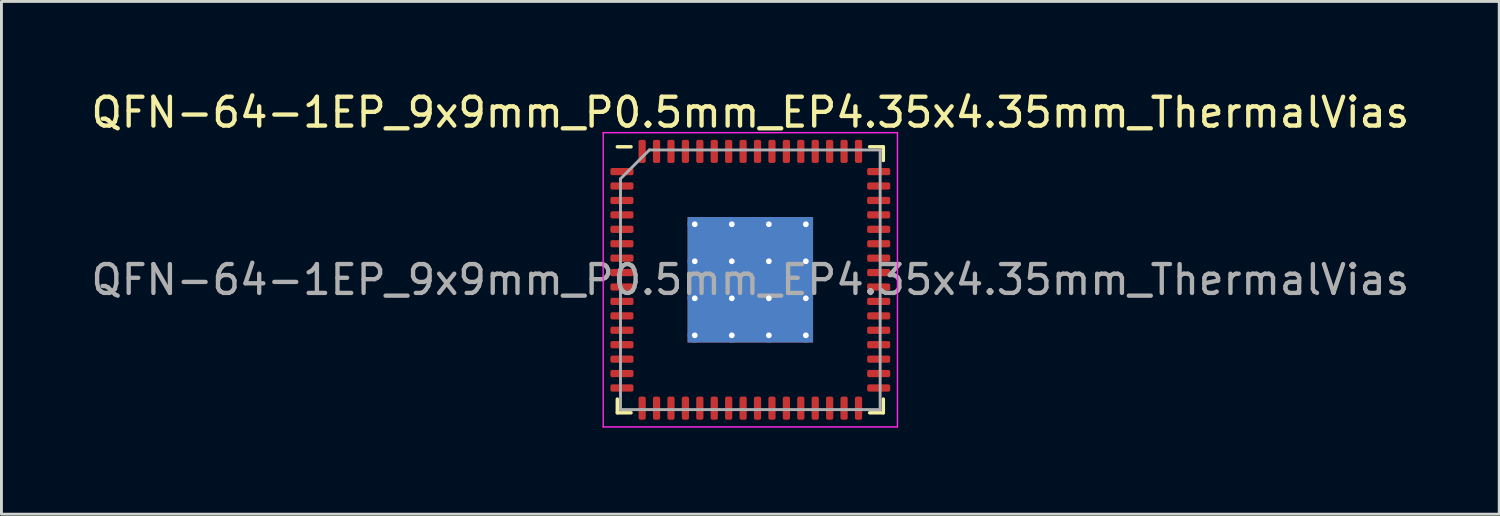
<source format=kicad_pcb>
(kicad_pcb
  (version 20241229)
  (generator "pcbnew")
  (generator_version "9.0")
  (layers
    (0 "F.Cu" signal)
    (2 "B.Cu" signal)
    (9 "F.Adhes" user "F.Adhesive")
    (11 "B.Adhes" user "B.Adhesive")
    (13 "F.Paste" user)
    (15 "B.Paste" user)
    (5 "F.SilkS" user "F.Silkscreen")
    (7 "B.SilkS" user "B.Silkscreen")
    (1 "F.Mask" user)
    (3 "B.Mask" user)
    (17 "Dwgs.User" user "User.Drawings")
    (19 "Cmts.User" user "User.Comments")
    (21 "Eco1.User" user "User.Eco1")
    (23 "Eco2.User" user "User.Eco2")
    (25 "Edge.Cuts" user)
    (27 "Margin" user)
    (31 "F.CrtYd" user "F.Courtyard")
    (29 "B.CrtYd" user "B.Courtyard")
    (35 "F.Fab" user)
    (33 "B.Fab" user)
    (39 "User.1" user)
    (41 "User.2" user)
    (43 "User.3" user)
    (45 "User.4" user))
  (footprint "QFN-64-1EP_9x9mm_P0.5mm_EP4.35x4.35mm_ThermalVias"
    (layer "F.Cu")
    (at 22.958 6.648)
    (property "Reference" "QFN-64-1EP_9x9mm_P0.5mm_EP4.35x4.35mm_ThermalVias" (at 0 -5.8 0) (layer "F.SilkS") (effects (font (size 1 1) (thickness 0.15))))
    (attr smd)
    (fp_line (start -4.61 4.61) (end -4.61 4.135) (stroke (width 0.12) (type solid)) (layer "F.SilkS"))
    (fp_line (start -4.135 -4.61) (end -4.61 -4.61) (stroke (width 0.12) (type solid)) (layer "F.SilkS"))
    (fp_line (start -4.135 4.61) (end -4.61 4.61) (stroke (width 0.12) (type solid)) (layer "F.SilkS"))
    (fp_line (start 4.135 -4.61) (end 4.61 -4.61) (stroke (width 0.12) (type solid)) (layer "F.SilkS"))
    (fp_line (start 4.135 4.61) (end 4.61 4.61) (stroke (width 0.12) (type solid)) (layer "F.SilkS"))
    (fp_line (start 4.61 -4.61) (end 4.61 -4.135) (stroke (width 0.12) (type solid)) (layer "F.SilkS"))
    (fp_line (start 4.61 4.61) (end 4.61 4.135) (stroke (width 0.12) (type solid)) (layer "F.SilkS"))
    (fp_line (start -5.1 -5.1) (end -5.1 5.1) (stroke (width 0.05) (type solid)) (layer "F.CrtYd"))
    (fp_line (start -5.1 5.1) (end 5.1 5.1) (stroke (width 0.05) (type solid)) (layer "F.CrtYd"))
    (fp_line (start 5.1 -5.1) (end -5.1 -5.1) (stroke (width 0.05) (type solid)) (layer "F.CrtYd"))
    (fp_line (start 5.1 5.1) (end 5.1 -5.1) (stroke (width 0.05) (type solid)) (layer "F.CrtYd"))
    (fp_line (start -4.5 -3.5) (end -3.5 -4.5) (stroke (width 0.1) (type solid)) (layer "F.Fab"))
    (fp_line (start -4.5 4.5) (end -4.5 -3.5) (stroke (width 0.1) (type solid)) (layer "F.Fab"))
    (fp_line (start -3.5 -4.5) (end 4.5 -4.5) (stroke (width 0.1) (type solid)) (layer "F.Fab"))
    (fp_line (start 4.5 -4.5) (end 4.5 4.5) (stroke (width 0.1) (type solid)) (layer "F.Fab"))
    (fp_line (start 4.5 4.5) (end -4.5 4.5) (stroke (width 0.1) (type solid)) (layer "F.Fab"))
    (fp_text user "${REFERENCE}" (at 0 0 0) (layer "F.Fab") (effects (font (size 1 1) (thickness 0.15))))
    (pad "" smd roundrect (at -1.283 -1.283) (size 1.123 1.123) (layers "F.Paste") (roundrect_rratio 0.223))
    (pad "" smd roundrect (at -1.283 0) (size 1.123 1.123) (layers "F.Paste") (roundrect_rratio 0.223))
    (pad "" smd roundrect (at -1.283 1.283) (size 1.123 1.123) (layers "F.Paste") (roundrect_rratio 0.223))
    (pad "" smd roundrect (at 0 -1.283) (size 1.123 1.123) (layers "F.Paste") (roundrect_rratio 0.223))
    (pad "" smd roundrect (at 0 0) (size 1.123 1.123) (layers "F.Paste") (roundrect_rratio 0.223))
    (pad "" smd roundrect (at 0 1.283) (size 1.123 1.123) (layers "F.Paste") (roundrect_rratio 0.223))
    (pad "" smd roundrect (at 1.283 -1.283) (size 1.123 1.123) (layers "F.Paste") (roundrect_rratio 0.223))
    (pad "" smd roundrect (at 1.283 0) (size 1.123 1.123) (layers "F.Paste") (roundrect_rratio 0.223))
    (pad "" smd roundrect (at 1.283 1.283) (size 1.123 1.123) (layers "F.Paste") (roundrect_rratio 0.223))
    (pad "1" smd roundrect (at -4.45 -3.75) (size 0.8 0.25) (layers "F.Cu" "F.Mask" "F.Paste") (roundrect_rratio 0.25))
    (pad "2" smd roundrect (at -4.45 -3.25) (size 0.8 0.25) (layers "F.Cu" "F.Mask" "F.Paste") (roundrect_rratio 0.25))
    (pad "3" smd roundrect (at -4.45 -2.75) (size 0.8 0.25) (layers "F.Cu" "F.Mask" "F.Paste") (roundrect_rratio 0.25))
    (pad "4" smd roundrect (at -4.45 -2.25) (size 0.8 0.25) (layers "F.Cu" "F.Mask" "F.Paste") (roundrect_rratio 0.25))
    (pad "5" smd roundrect (at -4.45 -1.75) (size 0.8 0.25) (layers "F.Cu" "F.Mask" "F.Paste") (roundrect_rratio 0.25))
    (pad "6" smd roundrect (at -4.45 -1.25) (size 0.8 0.25) (layers "F.Cu" "F.Mask" "F.Paste") (roundrect_rratio 0.25))
    (pad "7" smd roundrect (at -4.45 -0.75) (size 0.8 0.25) (layers "F.Cu" "F.Mask" "F.Paste") (roundrect_rratio 0.25))
    (pad "8" smd roundrect (at -4.45 -0.25) (size 0.8 0.25) (layers "F.Cu" "F.Mask" "F.Paste") (roundrect_rratio 0.25))
    (pad "9" smd roundrect (at -4.45 0.25) (size 0.8 0.25) (layers "F.Cu" "F.Mask" "F.Paste") (roundrect_rratio 0.25))
    (pad "10" smd roundrect (at -4.45 0.75) (size 0.8 0.25) (layers "F.Cu" "F.Mask" "F.Paste") (roundrect_rratio 0.25))
    (pad "11" smd roundrect (at -4.45 1.25) (size 0.8 0.25) (layers "F.Cu" "F.Mask" "F.Paste") (roundrect_rratio 0.25))
    (pad "12" smd roundrect (at -4.45 1.75) (size 0.8 0.25) (layers "F.Cu" "F.Mask" "F.Paste") (roundrect_rratio 0.25))
    (pad "13" smd roundrect (at -4.45 2.25) (size 0.8 0.25) (layers "F.Cu" "F.Mask" "F.Paste") (roundrect_rratio 0.25))
    (pad "14" smd roundrect (at -4.45 2.75) (size 0.8 0.25) (layers "F.Cu" "F.Mask" "F.Paste") (roundrect_rratio 0.25))
    (pad "15" smd roundrect (at -4.45 3.25) (size 0.8 0.25) (layers "F.Cu" "F.Mask" "F.Paste") (roundrect_rratio 0.25))
    (pad "16" smd roundrect (at -4.45 3.75) (size 0.8 0.25) (layers "F.Cu" "F.Mask" "F.Paste") (roundrect_rratio 0.25))
    (pad "17" smd roundrect (at -3.75 4.45) (size 0.25 0.8) (layers "F.Cu" "F.Mask" "F.Paste") (roundrect_rratio 0.25))
    (pad "18" smd roundrect (at -3.25 4.45) (size 0.25 0.8) (layers "F.Cu" "F.Mask" "F.Paste") (roundrect_rratio 0.25))
    (pad "19" smd roundrect (at -2.75 4.45) (size 0.25 0.8) (layers "F.Cu" "F.Mask" "F.Paste") (roundrect_rratio 0.25))
    (pad "20" smd roundrect (at -2.25 4.45) (size 0.25 0.8) (layers "F.Cu" "F.Mask" "F.Paste") (roundrect_rratio 0.25))
    (pad "21" smd roundrect (at -1.75 4.45) (size 0.25 0.8) (layers "F.Cu" "F.Mask" "F.Paste") (roundrect_rratio 0.25))
    (pad "22" smd roundrect (at -1.25 4.45) (size 0.25 0.8) (layers "F.Cu" "F.Mask" "F.Paste") (roundrect_rratio 0.25))
    (pad "23" smd roundrect (at -0.75 4.45) (size 0.25 0.8) (layers "F.Cu" "F.Mask" "F.Paste") (roundrect_rratio 0.25))
    (pad "24" smd roundrect (at -0.25 4.45) (size 0.25 0.8) (layers "F.Cu" "F.Mask" "F.Paste") (roundrect_rratio 0.25))
    (pad "25" smd roundrect (at 0.25 4.45) (size 0.25 0.8) (layers "F.Cu" "F.Mask" "F.Paste") (roundrect_rratio 0.25))
    (pad "26" smd roundrect (at 0.75 4.45) (size 0.25 0.8) (layers "F.Cu" "F.Mask" "F.Paste") (roundrect_rratio 0.25))
    (pad "27" smd roundrect (at 1.25 4.45) (size 0.25 0.8) (layers "F.Cu" "F.Mask" "F.Paste") (roundrect_rratio 0.25))
    (pad "28" smd roundrect (at 1.75 4.45) (size 0.25 0.8) (layers "F.Cu" "F.Mask" "F.Paste") (roundrect_rratio 0.25))
    (pad "29" smd roundrect (at 2.25 4.45) (size 0.25 0.8) (layers "F.Cu" "F.Mask" "F.Paste") (roundrect_rratio 0.25))
    (pad "30" smd roundrect (at 2.75 4.45) (size 0.25 0.8) (layers "F.Cu" "F.Mask" "F.Paste") (roundrect_rratio 0.25))
    (pad "31" smd roundrect (at 3.25 4.45) (size 0.25 0.8) (layers "F.Cu" "F.Mask" "F.Paste") (roundrect_rratio 0.25))
    (pad "32" smd roundrect (at 3.75 4.45) (size 0.25 0.8) (layers "F.Cu" "F.Mask" "F.Paste") (roundrect_rratio 0.25))
    (pad "33" smd roundrect (at 4.45 3.75) (size 0.8 0.25) (layers "F.Cu" "F.Mask" "F.Paste") (roundrect_rratio 0.25))
    (pad "34" smd roundrect (at 4.45 3.25) (size 0.8 0.25) (layers "F.Cu" "F.Mask" "F.Paste") (roundrect_rratio 0.25))
    (pad "35" smd roundrect (at 4.45 2.75) (size 0.8 0.25) (layers "F.Cu" "F.Mask" "F.Paste") (roundrect_rratio 0.25))
    (pad "36" smd roundrect (at 4.45 2.25) (size 0.8 0.25) (layers "F.Cu" "F.Mask" "F.Paste") (roundrect_rratio 0.25))
    (pad "37" smd roundrect (at 4.45 1.75) (size 0.8 0.25) (layers "F.Cu" "F.Mask" "F.Paste") (roundrect_rratio 0.25))
    (pad "38" smd roundrect (at 4.45 1.25) (size 0.8 0.25) (layers "F.Cu" "F.Mask" "F.Paste") (roundrect_rratio 0.25))
    (pad "39" smd roundrect (at 4.45 0.75) (size 0.8 0.25) (layers "F.Cu" "F.Mask" "F.Paste") (roundrect_rratio 0.25))
    (pad "40" smd roundrect (at 4.45 0.25) (size 0.8 0.25) (layers "F.Cu" "F.Mask" "F.Paste") (roundrect_rratio 0.25))
    (pad "41" smd roundrect (at 4.45 -0.25) (size 0.8 0.25) (layers "F.Cu" "F.Mask" "F.Paste") (roundrect_rratio 0.25))
    (pad "42" smd roundrect (at 4.45 -0.75) (size 0.8 0.25) (layers "F.Cu" "F.Mask" "F.Paste") (roundrect_rratio 0.25))
    (pad "43" smd roundrect (at 4.45 -1.25) (size 0.8 0.25) (layers "F.Cu" "F.Mask" "F.Paste") (roundrect_rratio 0.25))
    (pad "44" smd roundrect (at 4.45 -1.75) (size 0.8 0.25) (layers "F.Cu" "F.Mask" "F.Paste") (roundrect_rratio 0.25))
    (pad "45" smd roundrect (at 4.45 -2.25) (size 0.8 0.25) (layers "F.Cu" "F.Mask" "F.Paste") (roundrect_rratio 0.25))
    (pad "46" smd roundrect (at 4.45 -2.75) (size 0.8 0.25) (layers "F.Cu" "F.Mask" "F.Paste") (roundrect_rratio 0.25))
    (pad "47" smd roundrect (at 4.45 -3.25) (size 0.8 0.25) (layers "F.Cu" "F.Mask" "F.Paste") (roundrect_rratio 0.25))
    (pad "48" smd roundrect (at 4.45 -3.75) (size 0.8 0.25) (layers "F.Cu" "F.Mask" "F.Paste") (roundrect_rratio 0.25))
    (pad "49" smd roundrect (at 3.75 -4.45) (size 0.25 0.8) (layers "F.Cu" "F.Mask" "F.Paste") (roundrect_rratio 0.25))
    (pad "50" smd roundrect (at 3.25 -4.45) (size 0.25 0.8) (layers "F.Cu" "F.Mask" "F.Paste") (roundrect_rratio 0.25))
    (pad "51" smd roundrect (at 2.75 -4.45) (size 0.25 0.8) (layers "F.Cu" "F.Mask" "F.Paste") (roundrect_rratio 0.25))
    (pad "52" smd roundrect (at 2.25 -4.45) (size 0.25 0.8) (layers "F.Cu" "F.Mask" "F.Paste") (roundrect_rratio 0.25))
    (pad "53" smd roundrect (at 1.75 -4.45) (size 0.25 0.8) (layers "F.Cu" "F.Mask" "F.Paste") (roundrect_rratio 0.25))
    (pad "54" smd roundrect (at 1.25 -4.45) (size 0.25 0.8) (layers "F.Cu" "F.Mask" "F.Paste") (roundrect_rratio 0.25))
    (pad "55" smd roundrect (at 0.75 -4.45) (size 0.25 0.8) (layers "F.Cu" "F.Mask" "F.Paste") (roundrect_rratio 0.25))
    (pad "56" smd roundrect (at 0.25 -4.45) (size 0.25 0.8) (layers "F.Cu" "F.Mask" "F.Paste") (roundrect_rratio 0.25))
    (pad "57" smd roundrect (at -0.25 -4.45) (size 0.25 0.8) (layers "F.Cu" "F.Mask" "F.Paste") (roundrect_rratio 0.25))
    (pad "58" smd roundrect (at -0.75 -4.45) (size 0.25 0.8) (layers "F.Cu" "F.Mask" "F.Paste") (roundrect_rratio 0.25))
    (pad "59" smd roundrect (at -1.25 -4.45) (size 0.25 0.8) (layers "F.Cu" "F.Mask" "F.Paste") (roundrect_rratio 0.25))
    (pad "60" smd roundrect (at -1.75 -4.45) (size 0.25 0.8) (layers "F.Cu" "F.Mask" "F.Paste") (roundrect_rratio 0.25))
    (pad "61" smd roundrect (at -2.25 -4.45) (size 0.25 0.8) (layers "F.Cu" "F.Mask" "F.Paste") (roundrect_rratio 0.25))
    (pad "62" smd roundrect (at -2.75 -4.45) (size 0.25 0.8) (layers "F.Cu" "F.Mask" "F.Paste") (roundrect_rratio 0.25))
    (pad "63" smd roundrect (at -3.25 -4.45) (size 0.25 0.8) (layers "F.Cu" "F.Mask" "F.Paste") (roundrect_rratio 0.25))
    (pad "64" smd roundrect (at -3.75 -4.45) (size 0.25 0.8) (layers "F.Cu" "F.Mask" "F.Paste") (roundrect_rratio 0.25))
    (pad "65" thru_hole circle (at -1.925 -1.925) (size 0.5 0.5) (drill 0.2) (layers "*.Cu"))
    (pad "65" thru_hole circle (at -1.925 -0.642) (size 0.5 0.5) (drill 0.2) (layers "*.Cu"))
    (pad "65" thru_hole circle (at -1.925 0.642) (size 0.5 0.5) (drill 0.2) (layers "*.Cu"))
    (pad "65" thru_hole circle (at -1.925 1.925) (size 0.5 0.5) (drill 0.2) (layers "*.Cu"))
    (pad "65" thru_hole circle (at -0.642 -1.925) (size 0.5 0.5) (drill 0.2) (layers "*.Cu"))
    (pad "65" thru_hole circle (at -0.642 -0.642) (size 0.5 0.5) (drill 0.2) (layers "*.Cu"))
    (pad "65" thru_hole circle (at -0.642 0.642) (size 0.5 0.5) (drill 0.2) (layers "*.Cu"))
    (pad "65" thru_hole circle (at -0.642 1.925) (size 0.5 0.5) (drill 0.2) (layers "*.Cu"))
    (pad "65" smd rect (at 0 0) (size 4.35 4.35) (layers "F.Cu" "F.Mask"))
    (pad "65" smd rect (at 0 0) (size 4.35 4.35) (layers "B.Cu"))
    (pad "65" thru_hole circle (at 0.642 -1.925) (size 0.5 0.5) (drill 0.2) (layers "*.Cu"))
    (pad "65" thru_hole circle (at 0.642 -0.642) (size 0.5 0.5) (drill 0.2) (layers "*.Cu"))
    (pad "65" thru_hole circle (at 0.642 0.642) (size 0.5 0.5) (drill 0.2) (layers "*.Cu"))
    (pad "65" thru_hole circle (at 0.642 1.925) (size 0.5 0.5) (drill 0.2) (layers "*.Cu"))
    (pad "65" thru_hole circle (at 1.925 -1.925) (size 0.5 0.5) (drill 0.2) (layers "*.Cu"))
    (pad "65" thru_hole circle (at 1.925 -0.642) (size 0.5 0.5) (drill 0.2) (layers "*.Cu"))
    (pad "65" thru_hole circle (at 1.925 0.642) (size 0.5 0.5) (drill 0.2) (layers "*.Cu"))
    (pad "65" thru_hole circle (at 1.925 1.925) (size 0.5 0.5) (drill 0.2) (layers "*.Cu")))
  (gr_rect
    (start -3 -3)
    (end 48.917 14.773)
    (stroke (width 0.1) (type default))
    (fill no)
    (layer "Edge.Cuts")))
</source>
